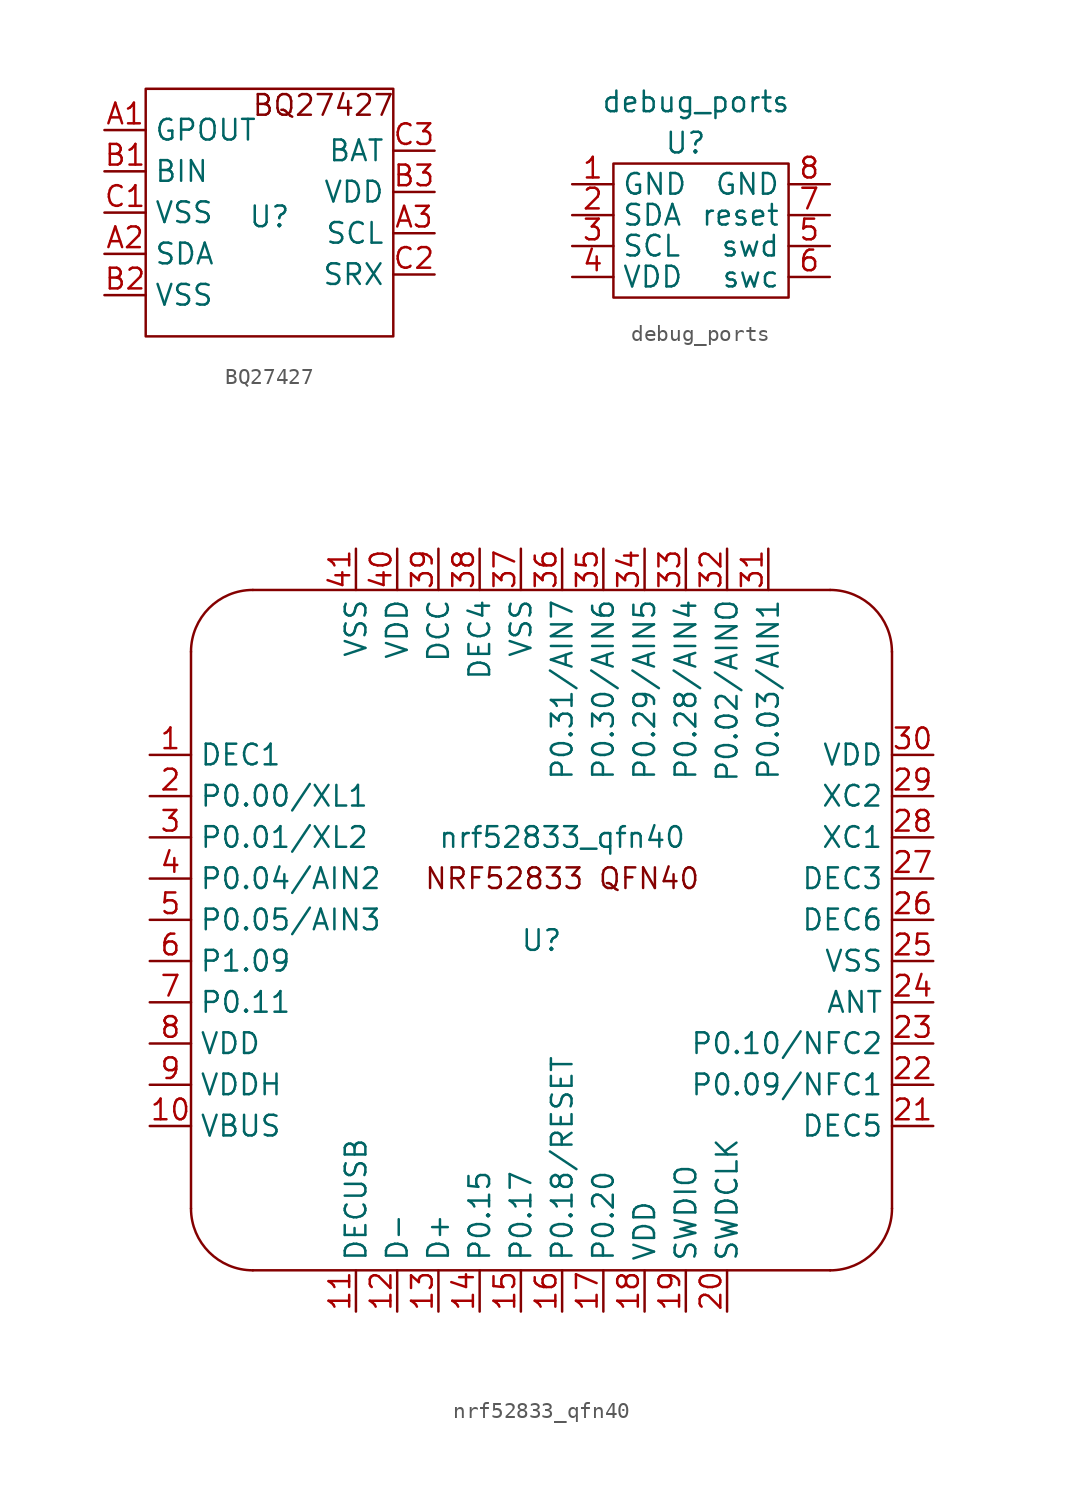
<source format=kicad_sym>
(kicad_symbol_lib
  (version 20231120)
  (generator "kicad_symbol_editor")
  (generator_version "8.0")
  (symbol "BQ27427"
    (property "Reference" "U"
      (at 0 -0.254 0)
      (effects (font (size 1.27 1.27))))
    (property "Value" ""
      (at -2.54 2.54 0)
      (effects (font (size 1.27 1.27))))
    (symbol "BQ27427_0_1"
      (rectangle (start -7.62 7.62) (end 7.62 -7.62) (stroke (width 0) (type default)) (fill (type none))))
    (symbol "BQ27427_1_1"
      (text "BQ27427" (at 3.302 6.604 0) (effects (font (size 1.27 1.27))))
      (pin passive line (at -10.16 5.08 0) (length 2.54) (name "GPOUT" (effects (font (size 1.27 1.27)))) (number "A1" (effects (font (size 1.27 1.27)))))
      (pin passive line (at -10.16 -2.54 0) (length 2.54) (name "SDA" (effects (font (size 1.27 1.27)))) (number "A2" (effects (font (size 1.27 1.27)))))
      (pin passive line (at 10.16 -1.27 180) (length 2.54) (name "SCL" (effects (font (size 1.27 1.27)))) (number "A3" (effects (font (size 1.27 1.27)))))
      (pin passive line (at -10.16 2.54 0) (length 2.54) (name "BIN" (effects (font (size 1.27 1.27)))) (number "B1" (effects (font (size 1.27 1.27)))))
      (pin passive line (at -10.16 -5.08 0) (length 2.54) (name "VSS" (effects (font (size 1.27 1.27)))) (number "B2" (effects (font (size 1.27 1.27)))))
      (pin passive line (at 10.16 1.27 180) (length 2.54) (name "VDD" (effects (font (size 1.27 1.27)))) (number "B3" (effects (font (size 1.27 1.27)))))
      (pin passive line (at -10.16 0 0) (length 2.54) (name "VSS" (effects (font (size 1.27 1.27)))) (number "C1" (effects (font (size 1.27 1.27)))))
      (pin passive line (at 10.16 -3.81 180) (length 2.54) (name "SRX" (effects (font (size 1.27 1.27)))) (number "C2" (effects (font (size 1.27 1.27)))))
      (pin passive line (at 10.16 3.81 180) (length 2.54) (name "BAT" (effects (font (size 1.27 1.27)))) (number "C3" (effects (font (size 1.27 1.27)))))))
  (symbol "debug_ports"
    (property "Reference" "U"
      (at 1.905 2.54 0)
      (effects (font (size 1.27 1.27))))
    (property "Value" "debug_ports"
      (at 2.54 5.08 0)
      (effects (font (size 1.27 1.27))))
    (symbol "debug_ports_0_1"
      (rectangle (start -2.54 1.27) (end 8.255 -6.985) (stroke (width 0) (type default)) (fill (type none))))
    (symbol "debug_ports_1_1"
      (pin input line (at -5.08 0 0) (length 2.54) (name "GND" (effects (font (size 1.27 1.27)))) (number "1" (effects (font (size 1.27 1.27)))))
      (pin input line (at -5.08 -1.905 0) (length 2.54) (name "SDA" (effects (font (size 1.27 1.27)))) (number "2" (effects (font (size 1.27 1.27)))))
      (pin input line (at -5.08 -3.81 0) (length 2.54) (name "SCL" (effects (font (size 1.27 1.27)))) (number "3" (effects (font (size 1.27 1.27)))))
      (pin input line (at -5.08 -5.715 0) (length 2.54) (name "VDD" (effects (font (size 1.27 1.27)))) (number "4" (effects (font (size 1.27 1.27)))))
      (pin input line (at 10.795 -3.81 180) (length 2.54) (name "swd" (effects (font (size 1.27 1.27)))) (number "5" (effects (font (size 1.27 1.27)))))
      (pin input line (at 10.795 -5.715 180) (length 2.54) (name "swc" (effects (font (size 1.27 1.27)))) (number "6" (effects (font (size 1.27 1.27)))))
      (pin input line (at 10.795 -1.905 180) (length 2.54) (name "reset" (effects (font (size 1.27 1.27)))) (number "7" (effects (font (size 1.27 1.27)))))
      (pin input line (at 10.795 0 180) (length 2.54) (name "GND" (effects (font (size 1.27 1.27)))) (number "8" (effects (font (size 1.27 1.27)))))))
  (symbol "nrf52833_qfn40"
    (property "Reference" "U"
      (at 2.54 5.08 0)
      (effects (font (size 1.27 1.27))))
    (property "Value" "nrf52833_qfn40"
      (at 3.81 11.43 0)
      (effects (font (size 1.27 1.27))))
    (symbol "nrf52833_qfn40_0_1"
      (arc (start -19.0499 -11.4299) (mid -17.934 -14.124) (end -15.2399 -15.2399) (stroke (width 0) (type default)) (fill (type none)))
      (arc (start -15.24 26.67) (mid -17.9341 25.5541) (end -19.05 22.86) (stroke (width 0) (type default)) (fill (type none)))
      (polyline (pts (xy -19.05 22.86) (xy -19.05 -11.43)) (stroke (width 0) (type default)) (fill (type none)))
      (polyline (pts (xy -15.24 26.67) (xy 20.32 26.67)) (stroke (width 0) (type default)) (fill (type none)))
      (polyline (pts (xy 20.32 -15.24) (xy -15.24 -15.24)) (stroke (width 0) (type default)) (fill (type none)))
      (polyline (pts (xy 24.13 -11.43) (xy 24.13 22.86)) (stroke (width 0) (type default)) (fill (type none)))
      (arc (start 20.32 -15.24) (mid 23.0141 -14.1241) (end 24.13 -11.43) (stroke (width 0) (type default)) (fill (type none)))
      (arc (start 24.13 22.86) (mid 23.0141 25.5541) (end 20.32 26.67) (stroke (width 0) (type default)) (fill (type none)))
      (text "NRF52833 QFN40" (at 3.81 8.89 0) (effects (font (size 1.27 1.27)))))
    (symbol "nrf52833_qfn40_1_1"
      (pin input line (at -21.59 16.51 0) (length 2.54) (name "DEC1" (effects (font (size 1.27 1.27)))) (number "1" (effects (font (size 1.27 1.27)))))
      (pin input line (at -21.59 -6.35 0) (length 2.54) (name "VBUS" (effects (font (size 1.27 1.27)))) (number "10" (effects (font (size 1.27 1.27)))))
      (pin input line (at -8.89 -17.78 90) (length 2.54) (name "DECUSB" (effects (font (size 1.27 1.27)))) (number "11" (effects (font (size 1.27 1.27)))))
      (pin input line (at -6.35 -17.78 90) (length 2.54) (name "D-" (effects (font (size 1.27 1.27)))) (number "12" (effects (font (size 1.27 1.27)))))
      (pin input line (at -3.81 -17.78 90) (length 2.54) (name "D+" (effects (font (size 1.27 1.27)))) (number "13" (effects (font (size 1.27 1.27)))))
      (pin input line (at -1.27 -17.78 90) (length 2.54) (name "P0.15" (effects (font (size 1.27 1.27)))) (number "14" (effects (font (size 1.27 1.27)))))
      (pin input line (at 1.27 -17.78 90) (length 2.54) (name "P0.17" (effects (font (size 1.27 1.27)))) (number "15" (effects (font (size 1.27 1.27)))))
      (pin input line (at 3.81 -17.78 90) (length 2.54) (name "P0.18/RESET" (effects (font (size 1.27 1.27)))) (number "16" (effects (font (size 1.27 1.27)))))
      (pin input line (at 6.35 -17.78 90) (length 2.54) (name "P0.20" (effects (font (size 1.27 1.27)))) (number "17" (effects (font (size 1.27 1.27)))))
      (pin input line (at 8.89 -17.78 90) (length 2.54) (name "VDD" (effects (font (size 1.27 1.27)))) (number "18" (effects (font (size 1.27 1.27)))))
      (pin input line (at 11.43 -17.78 90) (length 2.54) (name "SWDIO" (effects (font (size 1.27 1.27)))) (number "19" (effects (font (size 1.27 1.27)))))
      (pin input line (at -21.59 13.97 0) (length 2.54) (name "P0.00/XL1" (effects (font (size 1.27 1.27)))) (number "2" (effects (font (size 1.27 1.27)))))
      (pin input line (at 13.97 -17.78 90) (length 2.54) (name "SWDCLK" (effects (font (size 1.27 1.27)))) (number "20" (effects (font (size 1.27 1.27)))))
      (pin input line (at 26.67 -6.35 180) (length 2.54) (name "DEC5" (effects (font (size 1.27 1.27)))) (number "21" (effects (font (size 1.27 1.27)))))
      (pin input line (at 26.67 -3.81 180) (length 2.54) (name "P0.09/NFC1" (effects (font (size 1.27 1.27)))) (number "22" (effects (font (size 1.27 1.27)))))
      (pin input line (at 26.67 -1.27 180) (length 2.54) (name "P0.10/NFC2" (effects (font (size 1.27 1.27)))) (number "23" (effects (font (size 1.27 1.27)))))
      (pin input line (at 26.67 1.27 180) (length 2.54) (name "ANT" (effects (font (size 1.27 1.27)))) (number "24" (effects (font (size 1.27 1.27)))))
      (pin input line (at 26.67 3.81 180) (length 2.54) (name "VSS" (effects (font (size 1.27 1.27)))) (number "25" (effects (font (size 1.27 1.27)))))
      (pin input line (at 26.67 6.35 180) (length 2.54) (name "DEC6" (effects (font (size 1.27 1.27)))) (number "26" (effects (font (size 1.27 1.27)))))
      (pin input line (at 26.67 8.89 180) (length 2.54) (name "DEC3" (effects (font (size 1.27 1.27)))) (number "27" (effects (font (size 1.27 1.27)))))
      (pin input line (at 26.67 11.43 180) (length 2.54) (name "XC1" (effects (font (size 1.27 1.27)))) (number "28" (effects (font (size 1.27 1.27)))))
      (pin input line (at 26.67 13.97 180) (length 2.54) (name "XC2" (effects (font (size 1.27 1.27)))) (number "29" (effects (font (size 1.27 1.27)))))
      (pin input line (at -21.59 11.43 0) (length 2.54) (name "P0.01/XL2" (effects (font (size 1.27 1.27)))) (number "3" (effects (font (size 1.27 1.27)))))
      (pin input line (at 26.67 16.51 180) (length 2.54) (name "VDD" (effects (font (size 1.27 1.27)))) (number "30" (effects (font (size 1.27 1.27)))))
      (pin input line (at 16.51 29.21 270) (length 2.54) (name "P0.03/AIN1" (effects (font (size 1.27 1.27)))) (number "31" (effects (font (size 1.27 1.27)))))
      (pin input line (at 13.97 29.21 270) (length 2.54) (name "P0.02/AINO" (effects (font (size 1.27 1.27)))) (number "32" (effects (font (size 1.27 1.27)))))
      (pin input line (at 11.43 29.21 270) (length 2.54) (name "P0.28/AIN4" (effects (font (size 1.27 1.27)))) (number "33" (effects (font (size 1.27 1.27)))))
      (pin input line (at 8.89 29.21 270) (length 2.54) (name "P0.29/AIN5" (effects (font (size 1.27 1.27)))) (number "34" (effects (font (size 1.27 1.27)))))
      (pin input line (at 6.35 29.21 270) (length 2.54) (name "P0.30/AIN6" (effects (font (size 1.27 1.27)))) (number "35" (effects (font (size 1.27 1.27)))))
      (pin input line (at 3.81 29.21 270) (length 2.54) (name "P0.31/AIN7" (effects (font (size 1.27 1.27)))) (number "36" (effects (font (size 1.27 1.27)))))
      (pin input line (at 1.27 29.21 270) (length 2.54) (name "VSS" (effects (font (size 1.27 1.27)))) (number "37" (effects (font (size 1.27 1.27)))))
      (pin input line (at -1.27 29.21 270) (length 2.54) (name "DEC4" (effects (font (size 1.27 1.27)))) (number "38" (effects (font (size 1.27 1.27)))))
      (pin input line (at -3.81 29.21 270) (length 2.54) (name "DCC" (effects (font (size 1.27 1.27)))) (number "39" (effects (font (size 1.27 1.27)))))
      (pin input line (at -21.59 8.89 0) (length 2.54) (name "P0.04/AIN2" (effects (font (size 1.27 1.27)))) (number "4" (effects (font (size 1.27 1.27)))))
      (pin input line (at -6.35 29.21 270) (length 2.54) (name "VDD" (effects (font (size 1.27 1.27)))) (number "40" (effects (font (size 1.27 1.27)))))
      (pin input line (at -8.89 29.21 270) (length 2.54) (name "VSS" (effects (font (size 1.27 1.27)))) (number "41" (effects (font (size 1.27 1.27)))))
      (pin input line (at -21.59 6.35 0) (length 2.54) (name "P0.05/AIN3" (effects (font (size 1.27 1.27)))) (number "5" (effects (font (size 1.27 1.27)))))
      (pin input line (at -21.59 3.81 0) (length 2.54) (name "P1.09" (effects (font (size 1.27 1.27)))) (number "6" (effects (font (size 1.27 1.27)))))
      (pin input line (at -21.59 1.27 0) (length 2.54) (name "P0.11" (effects (font (size 1.27 1.27)))) (number "7" (effects (font (size 1.27 1.27)))))
      (pin input line (at -21.59 -1.27 0) (length 2.54) (name "VDD" (effects (font (size 1.27 1.27)))) (number "8" (effects (font (size 1.27 1.27)))))
      (pin input line (at -21.59 -3.81 0) (length 2.54) (name "VDDH" (effects (font (size 1.27 1.27)))) (number "9" (effects (font (size 1.27 1.27))))))))
</source>
